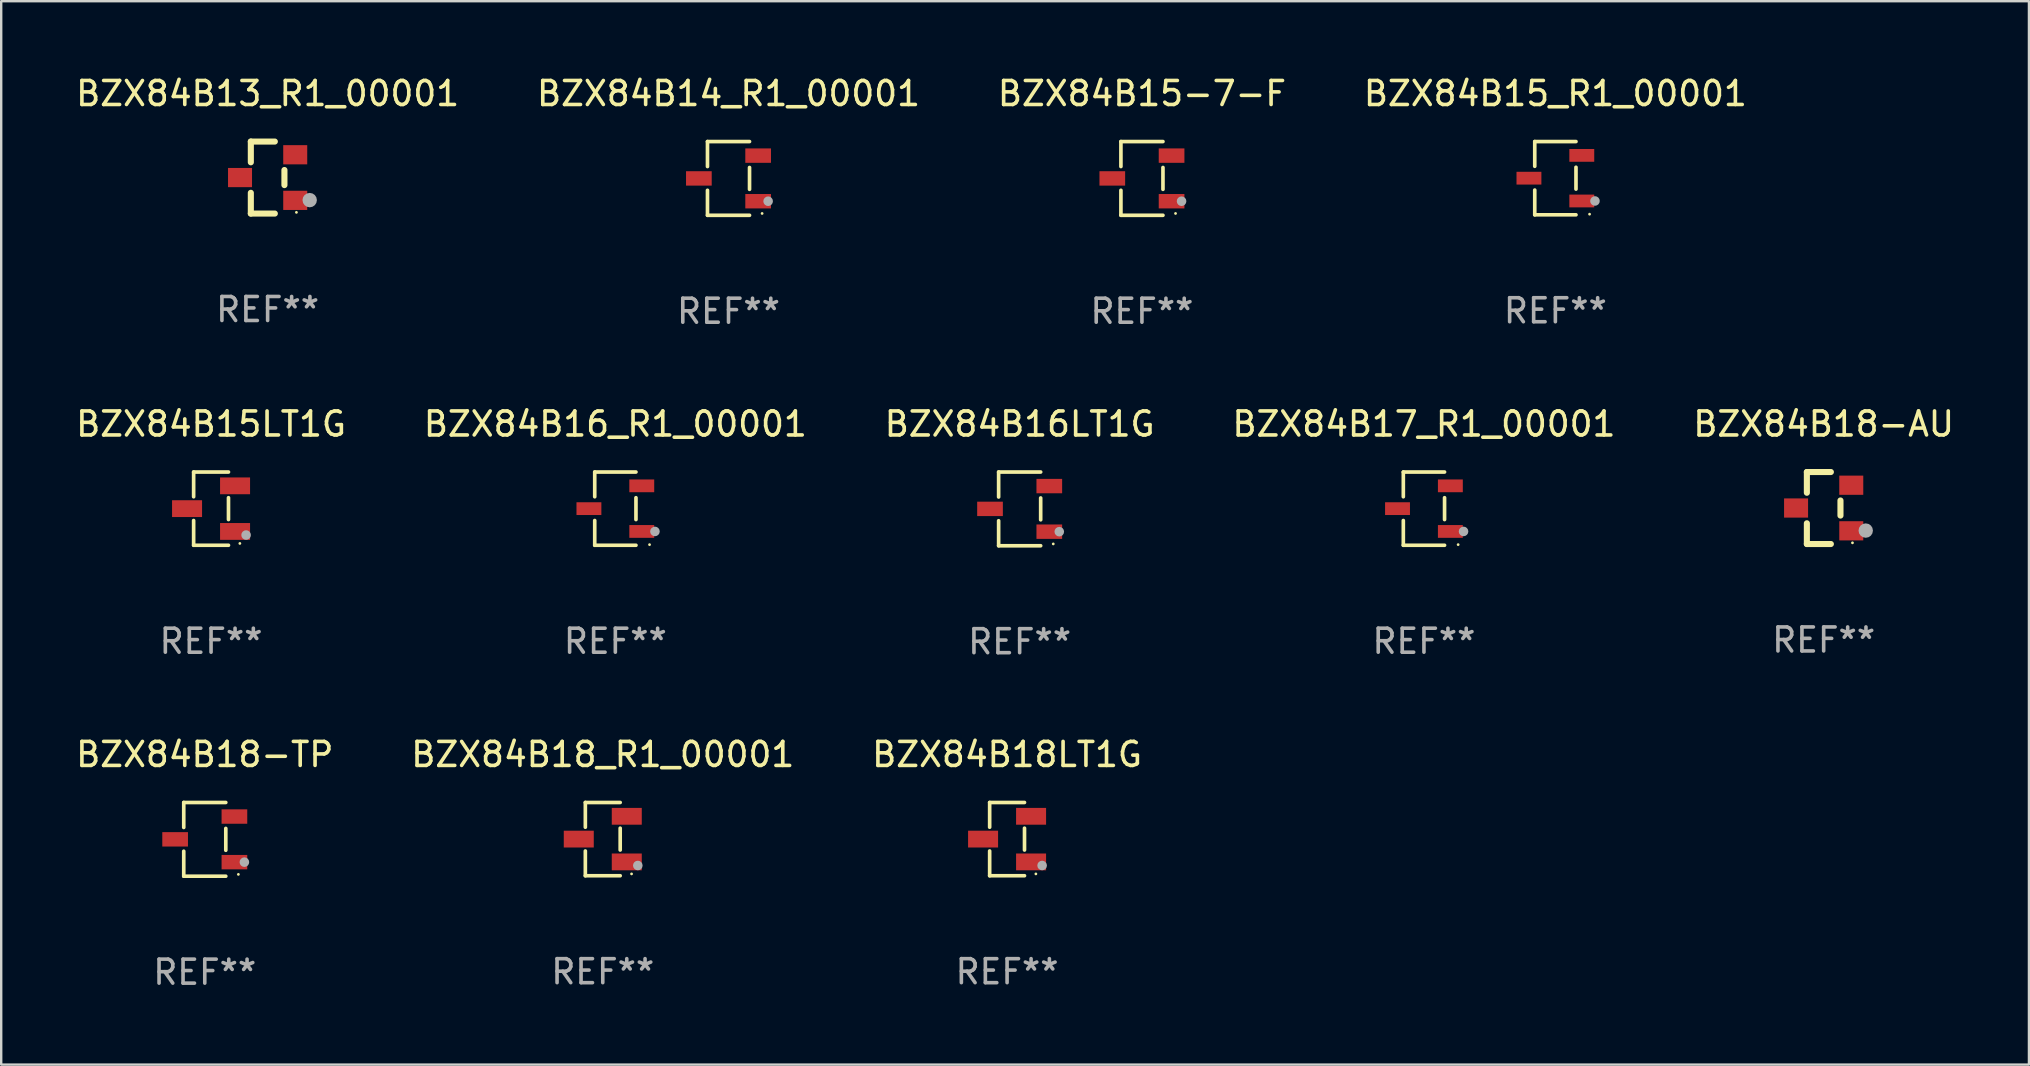
<source format=kicad_pcb>
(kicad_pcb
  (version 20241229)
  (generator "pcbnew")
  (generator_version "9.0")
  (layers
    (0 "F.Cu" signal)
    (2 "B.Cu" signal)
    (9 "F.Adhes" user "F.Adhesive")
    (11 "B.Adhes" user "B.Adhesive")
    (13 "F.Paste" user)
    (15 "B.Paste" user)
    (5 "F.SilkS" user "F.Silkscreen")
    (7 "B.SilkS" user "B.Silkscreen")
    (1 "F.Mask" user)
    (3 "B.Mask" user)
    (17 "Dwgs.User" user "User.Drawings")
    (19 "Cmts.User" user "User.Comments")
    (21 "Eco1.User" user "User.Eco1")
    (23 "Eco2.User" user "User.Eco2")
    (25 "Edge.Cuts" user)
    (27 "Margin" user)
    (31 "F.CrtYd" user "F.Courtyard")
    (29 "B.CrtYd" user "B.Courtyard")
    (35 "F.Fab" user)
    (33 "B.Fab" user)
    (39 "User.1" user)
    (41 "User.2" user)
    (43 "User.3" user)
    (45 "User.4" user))
  (footprint "BZX84B16_R1_00001"
    (layer "F.Cu")
    (at 22.589 18.143)
    (property "Reference" "BZX84B16_R1_00001" (at 0 -3.526 0) (layer "F.SilkS") (effects (font (size 1 1) (thickness 0.15))))
    (attr through_hole)
    (fp_line (start -0.859 -1.526) (end -0.859 -0.495) (stroke (width 0.152) (type solid)) (layer "F.SilkS"))
    (fp_line (start -0.859 1.526) (end -0.859 0.495) (stroke (width 0.152) (type solid)) (layer "F.SilkS"))
    (fp_line (start 0.859 -1.526) (end -0.859 -1.526) (stroke (width 0.152) (type solid)) (layer "F.SilkS"))
    (fp_line (start 0.859 -0.455) (end 0.859 0.455) (stroke (width 0.152) (type solid)) (layer "F.SilkS"))
    (fp_line (start 0.859 1.526) (end -0.859 1.526) (stroke (width 0.152) (type solid)) (layer "F.SilkS"))
    (fp_circle (center 1.425 1.5) (end 1.455 1.5) (stroke (width 0.06) (type solid)) (fill no) (layer "F.SilkS"))
    (fp_circle (center 1.65 0.95) (end 1.75 0.95) (stroke (width 0.2) (type solid)) (fill no) (layer "F.Fab"))
    (fp_text user "REF**" (at 0 5.526 0) (layer "F.Fab") (effects (font (size 1 1) (thickness 0.15))))
    (pad "1" smd rect (at 1.101 0.95) (size 1.037 0.532) (layers "F.Cu" "F.Mask" "F.Paste"))
    (pad "2" smd rect (at 1.101 -0.95) (size 1.037 0.532) (layers "F.Cu" "F.Mask" "F.Paste"))
    (pad "3" smd rect (at -1.101 0) (size 1.037 0.532) (layers "F.Cu" "F.Mask" "F.Paste")))
  (footprint "BZX84B13_R1_00001"
    (layer "F.Cu")
    (at 8.101 4.348)
    (property "Reference" "BZX84B13_R1_00001" (at 0 -3.5 0) (layer "F.SilkS") (effects (font (size 1 1) (thickness 0.15))))
    (attr through_hole)
    (fp_line (start -0.7 -1.5) (end 0.3 -1.5) (stroke (width 0.254) (type solid)) (layer "F.SilkS"))
    (fp_line (start -0.7 -0.636) (end -0.7 -1.5) (stroke (width 0.254) (type solid)) (layer "F.SilkS"))
    (fp_line (start -0.7 1.5) (end -0.7 0.636) (stroke (width 0.254) (type solid)) (layer "F.SilkS"))
    (fp_line (start -0.7 1.5) (end 0.3 1.5) (stroke (width 0.254) (type solid)) (layer "F.SilkS"))
    (fp_line (start 0.7 0.314) (end 0.7 -0.314) (stroke (width 0.254) (type solid)) (layer "F.SilkS"))
    (fp_circle (center 1.2 1.45) (end 1.23 1.45) (stroke (width 0.06) (type solid)) (fill no) (layer "F.SilkS"))
    (fp_circle (center 1.753 0.94) (end 1.903 0.94) (stroke (width 0.3) (type solid)) (fill no) (layer "F.Fab"))
    (fp_text user "REF**" (at 0 5.5 0) (layer "F.Fab") (effects (font (size 1 1) (thickness 0.15))))
    (pad "1" smd rect (at 1.15 0.95 180) (size 1 0.8) (layers "F.Cu" "F.Mask" "F.Paste"))
    (pad "2" smd rect (at 1.15 -0.95 180) (size 1 0.8) (layers "F.Cu" "F.Mask" "F.Paste"))
    (pad "3" smd rect (at -1.15 -0.000051 180) (size 1 0.8) (layers "F.Cu" "F.Mask" "F.Paste")))
  (footprint "BZX84B18-TP"
    (layer "F.Cu")
    (at 5.482 31.922)
    (property "Reference" "BZX84B18-TP" (at 0 -3.536 0) (layer "F.SilkS") (effects (font (size 1 1) (thickness 0.15))))
    (attr through_hole)
    (fp_line (start -0.876 -1.536) (end -0.876 -0.495) (stroke (width 0.152) (type solid)) (layer "F.SilkS"))
    (fp_line (start -0.876 1.536) (end -0.876 0.495) (stroke (width 0.152) (type solid)) (layer "F.SilkS"))
    (fp_line (start 0.876 -1.536) (end -0.876 -1.536) (stroke (width 0.152) (type solid)) (layer "F.SilkS"))
    (fp_line (start 0.876 -0.455) (end 0.876 0.455) (stroke (width 0.152) (type solid)) (layer "F.SilkS"))
    (fp_line (start 0.876 1.536) (end -0.876 1.536) (stroke (width 0.152) (type solid)) (layer "F.SilkS"))
    (fp_circle (center 1.4 1.46) (end 1.43 1.46) (stroke (width 0.06) (type solid)) (fill no) (layer "F.SilkS"))
    (fp_circle (center 1.651 0.95) (end 1.751 0.95) (stroke (width 0.2) (type solid)) (fill no) (layer "F.Fab"))
    (fp_text user "REF**" (at 0 5.536 0) (layer "F.Fab") (effects (font (size 1 1) (thickness 0.15))))
    (pad "1" smd rect (at 1.235 0.95) (size 1.07 0.6) (layers "F.Cu" "F.Mask" "F.Paste"))
    (pad "2" smd rect (at 1.235 -0.95) (size 1.07 0.6) (layers "F.Cu" "F.Mask" "F.Paste"))
    (pad "3" smd rect (at -1.235 0) (size 1.07 0.6) (layers "F.Cu" "F.Mask" "F.Paste")))
  (footprint "BZX84B18-AU"
    (layer "F.Cu")
    (at 72.935 18.117)
    (property "Reference" "BZX84B18-AU" (at 0 -3.5 0) (layer "F.SilkS") (effects (font (size 1 1) (thickness 0.15))))
    (attr through_hole)
    (fp_line (start -0.7 -1.5) (end 0.3 -1.5) (stroke (width 0.254) (type solid)) (layer "F.SilkS"))
    (fp_line (start -0.7 -0.636) (end -0.7 -1.5) (stroke (width 0.254) (type solid)) (layer "F.SilkS"))
    (fp_line (start -0.7 1.5) (end -0.7 0.636) (stroke (width 0.254) (type solid)) (layer "F.SilkS"))
    (fp_line (start -0.7 1.5) (end 0.3 1.5) (stroke (width 0.254) (type solid)) (layer "F.SilkS"))
    (fp_line (start 0.7 0.314) (end 0.7 -0.314) (stroke (width 0.254) (type solid)) (layer "F.SilkS"))
    (fp_circle (center 1.2 1.45) (end 1.23 1.45) (stroke (width 0.06) (type solid)) (fill no) (layer "F.SilkS"))
    (fp_circle (center 1.753 0.94) (end 1.903 0.94) (stroke (width 0.3) (type solid)) (fill no) (layer "F.Fab"))
    (fp_text user "REF**" (at 0 5.5 0) (layer "F.Fab") (effects (font (size 1 1) (thickness 0.15))))
    (pad "1" smd rect (at 1.15 0.95 180) (size 1 0.8) (layers "F.Cu" "F.Mask" "F.Paste"))
    (pad "2" smd rect (at 1.15 -0.95 180) (size 1 0.8) (layers "F.Cu" "F.Mask" "F.Paste"))
    (pad "3" smd rect (at -1.15 -0.000051 180) (size 1 0.8) (layers "F.Cu" "F.Mask" "F.Paste")))
  (footprint "BZX84B15LT1G"
    (layer "F.Cu")
    (at 5.744 18.143)
    (property "Reference" "BZX84B15LT1G" (at 0 -3.526 0) (layer "F.SilkS") (effects (font (size 1 1) (thickness 0.15))))
    (attr through_hole)
    (fp_line (start -0.726 -1.526) (end -0.726 -0.495) (stroke (width 0.152) (type solid)) (layer "F.SilkS"))
    (fp_line (start -0.726 1.526) (end -0.726 0.495) (stroke (width 0.152) (type solid)) (layer "F.SilkS"))
    (fp_line (start 0.726 -1.526) (end -0.726 -1.526) (stroke (width 0.152) (type solid)) (layer "F.SilkS"))
    (fp_line (start 0.726 -0.455) (end 0.726 0.455) (stroke (width 0.152) (type solid)) (layer "F.SilkS"))
    (fp_line (start 0.726 1.526) (end -0.726 1.526) (stroke (width 0.152) (type solid)) (layer "F.SilkS"))
    (fp_circle (center 1.2 1.45) (end 1.23 1.45) (stroke (width 0.06) (type solid)) (fill no) (layer "F.SilkS"))
    (fp_circle (center 1.46 1.1) (end 1.56 1.1) (stroke (width 0.2) (type solid)) (fill no) (layer "F.Fab"))
    (fp_text user "REF**" (at 0 5.526 0) (layer "F.Fab") (effects (font (size 1 1) (thickness 0.15))))
    (pad "1" smd rect (at 1 0.95) (size 1.25 0.7) (layers "F.Cu" "F.Mask" "F.Paste"))
    (pad "2" smd rect (at 1 -0.95) (size 1.25 0.7) (layers "F.Cu" "F.Mask" "F.Paste"))
    (pad "3" smd rect (at -1 0) (size 1.25 0.7) (layers "F.Cu" "F.Mask" "F.Paste")))
  (footprint "BZX84B17_R1_00001"
    (layer "F.Cu")
    (at 56.28 18.143)
    (property "Reference" "BZX84B17_R1_00001" (at 0 -3.526 0) (layer "F.SilkS") (effects (font (size 1 1) (thickness 0.15))))
    (attr through_hole)
    (fp_line (start -0.859 -1.526) (end -0.859 -0.495) (stroke (width 0.152) (type solid)) (layer "F.SilkS"))
    (fp_line (start -0.859 1.526) (end -0.859 0.495) (stroke (width 0.152) (type solid)) (layer "F.SilkS"))
    (fp_line (start 0.859 -1.526) (end -0.859 -1.526) (stroke (width 0.152) (type solid)) (layer "F.SilkS"))
    (fp_line (start 0.859 -0.455) (end 0.859 0.455) (stroke (width 0.152) (type solid)) (layer "F.SilkS"))
    (fp_line (start 0.859 1.526) (end -0.859 1.526) (stroke (width 0.152) (type solid)) (layer "F.SilkS"))
    (fp_circle (center 1.425 1.5) (end 1.455 1.5) (stroke (width 0.06) (type solid)) (fill no) (layer "F.SilkS"))
    (fp_circle (center 1.65 0.95) (end 1.75 0.95) (stroke (width 0.2) (type solid)) (fill no) (layer "F.Fab"))
    (fp_text user "REF**" (at 0 5.526 0) (layer "F.Fab") (effects (font (size 1 1) (thickness 0.15))))
    (pad "1" smd rect (at 1.101 0.95) (size 1.037 0.532) (layers "F.Cu" "F.Mask" "F.Paste"))
    (pad "2" smd rect (at 1.101 -0.95) (size 1.037 0.532) (layers "F.Cu" "F.Mask" "F.Paste"))
    (pad "3" smd rect (at -1.101 0) (size 1.037 0.532) (layers "F.Cu" "F.Mask" "F.Paste")))
  (footprint "BZX84B15_R1_00001"
    (layer "F.Cu")
    (at 61.756 4.374)
    (property "Reference" "BZX84B15_R1_00001" (at 0 -3.526 0) (layer "F.SilkS") (effects (font (size 1 1) (thickness 0.15))))
    (attr through_hole)
    (fp_line (start -0.859 -1.526) (end -0.859 -0.495) (stroke (width 0.152) (type solid)) (layer "F.SilkS"))
    (fp_line (start -0.859 1.526) (end -0.859 0.495) (stroke (width 0.152) (type solid)) (layer "F.SilkS"))
    (fp_line (start 0.859 -1.526) (end -0.859 -1.526) (stroke (width 0.152) (type solid)) (layer "F.SilkS"))
    (fp_line (start 0.859 -0.455) (end 0.859 0.455) (stroke (width 0.152) (type solid)) (layer "F.SilkS"))
    (fp_line (start 0.859 1.526) (end -0.859 1.526) (stroke (width 0.152) (type solid)) (layer "F.SilkS"))
    (fp_circle (center 1.425 1.5) (end 1.455 1.5) (stroke (width 0.06) (type solid)) (fill no) (layer "F.SilkS"))
    (fp_circle (center 1.65 0.95) (end 1.75 0.95) (stroke (width 0.2) (type solid)) (fill no) (layer "F.Fab"))
    (fp_text user "REF**" (at 0 5.526 0) (layer "F.Fab") (effects (font (size 1 1) (thickness 0.15))))
    (pad "1" smd rect (at 1.101 0.95) (size 1.037 0.532) (layers "F.Cu" "F.Mask" "F.Paste"))
    (pad "2" smd rect (at 1.101 -0.95) (size 1.037 0.532) (layers "F.Cu" "F.Mask" "F.Paste"))
    (pad "3" smd rect (at -1.101 0) (size 1.037 0.532) (layers "F.Cu" "F.Mask" "F.Paste")))
  (footprint "BZX84B15-7-F"
    (layer "F.Cu")
    (at 44.53 4.384)
    (property "Reference" "BZX84B15-7-F" (at 0 -3.536 0) (layer "F.SilkS") (effects (font (size 1 1) (thickness 0.15))))
    (attr through_hole)
    (fp_line (start -0.876 -1.536) (end -0.876 -0.495) (stroke (width 0.152) (type solid)) (layer "F.SilkS"))
    (fp_line (start -0.876 1.536) (end -0.876 0.495) (stroke (width 0.152) (type solid)) (layer "F.SilkS"))
    (fp_line (start 0.876 -1.536) (end -0.876 -1.536) (stroke (width 0.152) (type solid)) (layer "F.SilkS"))
    (fp_line (start 0.876 -0.455) (end 0.876 0.455) (stroke (width 0.152) (type solid)) (layer "F.SilkS"))
    (fp_line (start 0.876 1.536) (end -0.876 1.536) (stroke (width 0.152) (type solid)) (layer "F.SilkS"))
    (fp_circle (center 1.4 1.46) (end 1.43 1.46) (stroke (width 0.06) (type solid)) (fill no) (layer "F.SilkS"))
    (fp_circle (center 1.651 0.95) (end 1.751 0.95) (stroke (width 0.2) (type solid)) (fill no) (layer "F.Fab"))
    (fp_text user "REF**" (at 0 5.536 0) (layer "F.Fab") (effects (font (size 1 1) (thickness 0.15))))
    (pad "1" smd rect (at 1.235 0.95) (size 1.07 0.6) (layers "F.Cu" "F.Mask" "F.Paste"))
    (pad "2" smd rect (at 1.235 -0.95) (size 1.07 0.6) (layers "F.Cu" "F.Mask" "F.Paste"))
    (pad "3" smd rect (at -1.235 0) (size 1.07 0.6) (layers "F.Cu" "F.Mask" "F.Paste")))
  (footprint "BZX84B14_R1_00001"
    (layer "F.Cu")
    (at 27.304 4.384)
    (property "Reference" "BZX84B14_R1_00001" (at 0 -3.536 0) (layer "F.SilkS") (effects (font (size 1 1) (thickness 0.15))))
    (attr through_hole)
    (fp_line (start -0.876 -1.536) (end -0.876 -0.495) (stroke (width 0.152) (type solid)) (layer "F.SilkS"))
    (fp_line (start -0.876 1.536) (end -0.876 0.495) (stroke (width 0.152) (type solid)) (layer "F.SilkS"))
    (fp_line (start 0.876 -1.536) (end -0.876 -1.536) (stroke (width 0.152) (type solid)) (layer "F.SilkS"))
    (fp_line (start 0.876 -0.455) (end 0.876 0.455) (stroke (width 0.152) (type solid)) (layer "F.SilkS"))
    (fp_line (start 0.876 1.536) (end -0.876 1.536) (stroke (width 0.152) (type solid)) (layer "F.SilkS"))
    (fp_circle (center 1.4 1.46) (end 1.43 1.46) (stroke (width 0.06) (type solid)) (fill no) (layer "F.SilkS"))
    (fp_circle (center 1.651 0.95) (end 1.751 0.95) (stroke (width 0.2) (type solid)) (fill no) (layer "F.Fab"))
    (fp_text user "REF**" (at 0 5.536 0) (layer "F.Fab") (effects (font (size 1 1) (thickness 0.15))))
    (pad "1" smd rect (at 1.235 0.95) (size 1.07 0.6) (layers "F.Cu" "F.Mask" "F.Paste"))
    (pad "2" smd rect (at 1.235 -0.95) (size 1.07 0.6) (layers "F.Cu" "F.Mask" "F.Paste"))
    (pad "3" smd rect (at -1.235 0) (size 1.07 0.6) (layers "F.Cu" "F.Mask" "F.Paste")))
  (footprint "BZX84B18LT1G"
    (layer "F.Cu")
    (at 38.911 31.912)
    (property "Reference" "BZX84B18LT1G" (at 0 -3.526 0) (layer "F.SilkS") (effects (font (size 1 1) (thickness 0.15))))
    (attr through_hole)
    (fp_line (start -0.726 -1.526) (end -0.726 -0.495) (stroke (width 0.152) (type solid)) (layer "F.SilkS"))
    (fp_line (start -0.726 1.526) (end -0.726 0.495) (stroke (width 0.152) (type solid)) (layer "F.SilkS"))
    (fp_line (start 0.726 -1.526) (end -0.726 -1.526) (stroke (width 0.152) (type solid)) (layer "F.SilkS"))
    (fp_line (start 0.726 -0.455) (end 0.726 0.455) (stroke (width 0.152) (type solid)) (layer "F.SilkS"))
    (fp_line (start 0.726 1.526) (end -0.726 1.526) (stroke (width 0.152) (type solid)) (layer "F.SilkS"))
    (fp_circle (center 1.2 1.45) (end 1.23 1.45) (stroke (width 0.06) (type solid)) (fill no) (layer "F.SilkS"))
    (fp_circle (center 1.46 1.1) (end 1.56 1.1) (stroke (width 0.2) (type solid)) (fill no) (layer "F.Fab"))
    (fp_text user "REF**" (at 0 5.526 0) (layer "F.Fab") (effects (font (size 1 1) (thickness 0.15))))
    (pad "1" smd rect (at 1 0.95) (size 1.25 0.7) (layers "F.Cu" "F.Mask" "F.Paste"))
    (pad "2" smd rect (at 1 -0.95) (size 1.25 0.7) (layers "F.Cu" "F.Mask" "F.Paste"))
    (pad "3" smd rect (at -1 0) (size 1.25 0.7) (layers "F.Cu" "F.Mask" "F.Paste")))
  (footprint "BZX84B18_R1_00001"
    (layer "F.Cu")
    (at 22.065 31.912)
    (property "Reference" "BZX84B18_R1_00001" (at 0 -3.526 0) (layer "F.SilkS") (effects (font (size 1 1) (thickness 0.15))))
    (attr through_hole)
    (fp_line (start -0.726 -1.526) (end -0.726 -0.495) (stroke (width 0.152) (type solid)) (layer "F.SilkS"))
    (fp_line (start -0.726 1.526) (end -0.726 0.495) (stroke (width 0.152) (type solid)) (layer "F.SilkS"))
    (fp_line (start 0.726 -1.526) (end -0.726 -1.526) (stroke (width 0.152) (type solid)) (layer "F.SilkS"))
    (fp_line (start 0.726 -0.455) (end 0.726 0.455) (stroke (width 0.152) (type solid)) (layer "F.SilkS"))
    (fp_line (start 0.726 1.526) (end -0.726 1.526) (stroke (width 0.152) (type solid)) (layer "F.SilkS"))
    (fp_circle (center 1.2 1.45) (end 1.23 1.45) (stroke (width 0.06) (type solid)) (fill no) (layer "F.SilkS"))
    (fp_circle (center 1.46 1.1) (end 1.56 1.1) (stroke (width 0.2) (type solid)) (fill no) (layer "F.Fab"))
    (fp_text user "REF**" (at 0 5.526 0) (layer "F.Fab") (effects (font (size 1 1) (thickness 0.15))))
    (pad "1" smd rect (at 1 0.95) (size 1.25 0.7) (layers "F.Cu" "F.Mask" "F.Paste"))
    (pad "2" smd rect (at 1 -0.95) (size 1.25 0.7) (layers "F.Cu" "F.Mask" "F.Paste"))
    (pad "3" smd rect (at -1 0) (size 1.25 0.7) (layers "F.Cu" "F.Mask" "F.Paste")))
  (footprint "BZX84B16LT1G"
    (layer "F.Cu")
    (at 39.435 18.153)
    (property "Reference" "BZX84B16LT1G" (at 0 -3.536 0) (layer "F.SilkS") (effects (font (size 1 1) (thickness 0.15))))
    (attr through_hole)
    (fp_line (start -0.876 -1.536) (end -0.876 -0.495) (stroke (width 0.152) (type solid)) (layer "F.SilkS"))
    (fp_line (start -0.876 1.536) (end -0.876 0.495) (stroke (width 0.152) (type solid)) (layer "F.SilkS"))
    (fp_line (start 0.876 -1.536) (end -0.876 -1.536) (stroke (width 0.152) (type solid)) (layer "F.SilkS"))
    (fp_line (start 0.876 -0.455) (end 0.876 0.455) (stroke (width 0.152) (type solid)) (layer "F.SilkS"))
    (fp_line (start 0.876 1.536) (end -0.876 1.536) (stroke (width 0.152) (type solid)) (layer "F.SilkS"))
    (fp_circle (center 1.4 1.46) (end 1.43 1.46) (stroke (width 0.06) (type solid)) (fill no) (layer "F.SilkS"))
    (fp_circle (center 1.651 0.95) (end 1.751 0.95) (stroke (width 0.2) (type solid)) (fill no) (layer "F.Fab"))
    (fp_text user "REF**" (at 0 5.536 0) (layer "F.Fab") (effects (font (size 1 1) (thickness 0.15))))
    (pad "1" smd rect (at 1.235 0.95) (size 1.07 0.6) (layers "F.Cu" "F.Mask" "F.Paste"))
    (pad "2" smd rect (at 1.235 -0.95) (size 1.07 0.6) (layers "F.Cu" "F.Mask" "F.Paste"))
    (pad "3" smd rect (at -1.235 0) (size 1.07 0.6) (layers "F.Cu" "F.Mask" "F.Paste")))
  (gr_rect
    (start -3 -3)
    (end 81.488 41.307)
    (stroke (width 0.1) (type default))
    (fill no)
    (layer "Edge.Cuts")))
</source>
